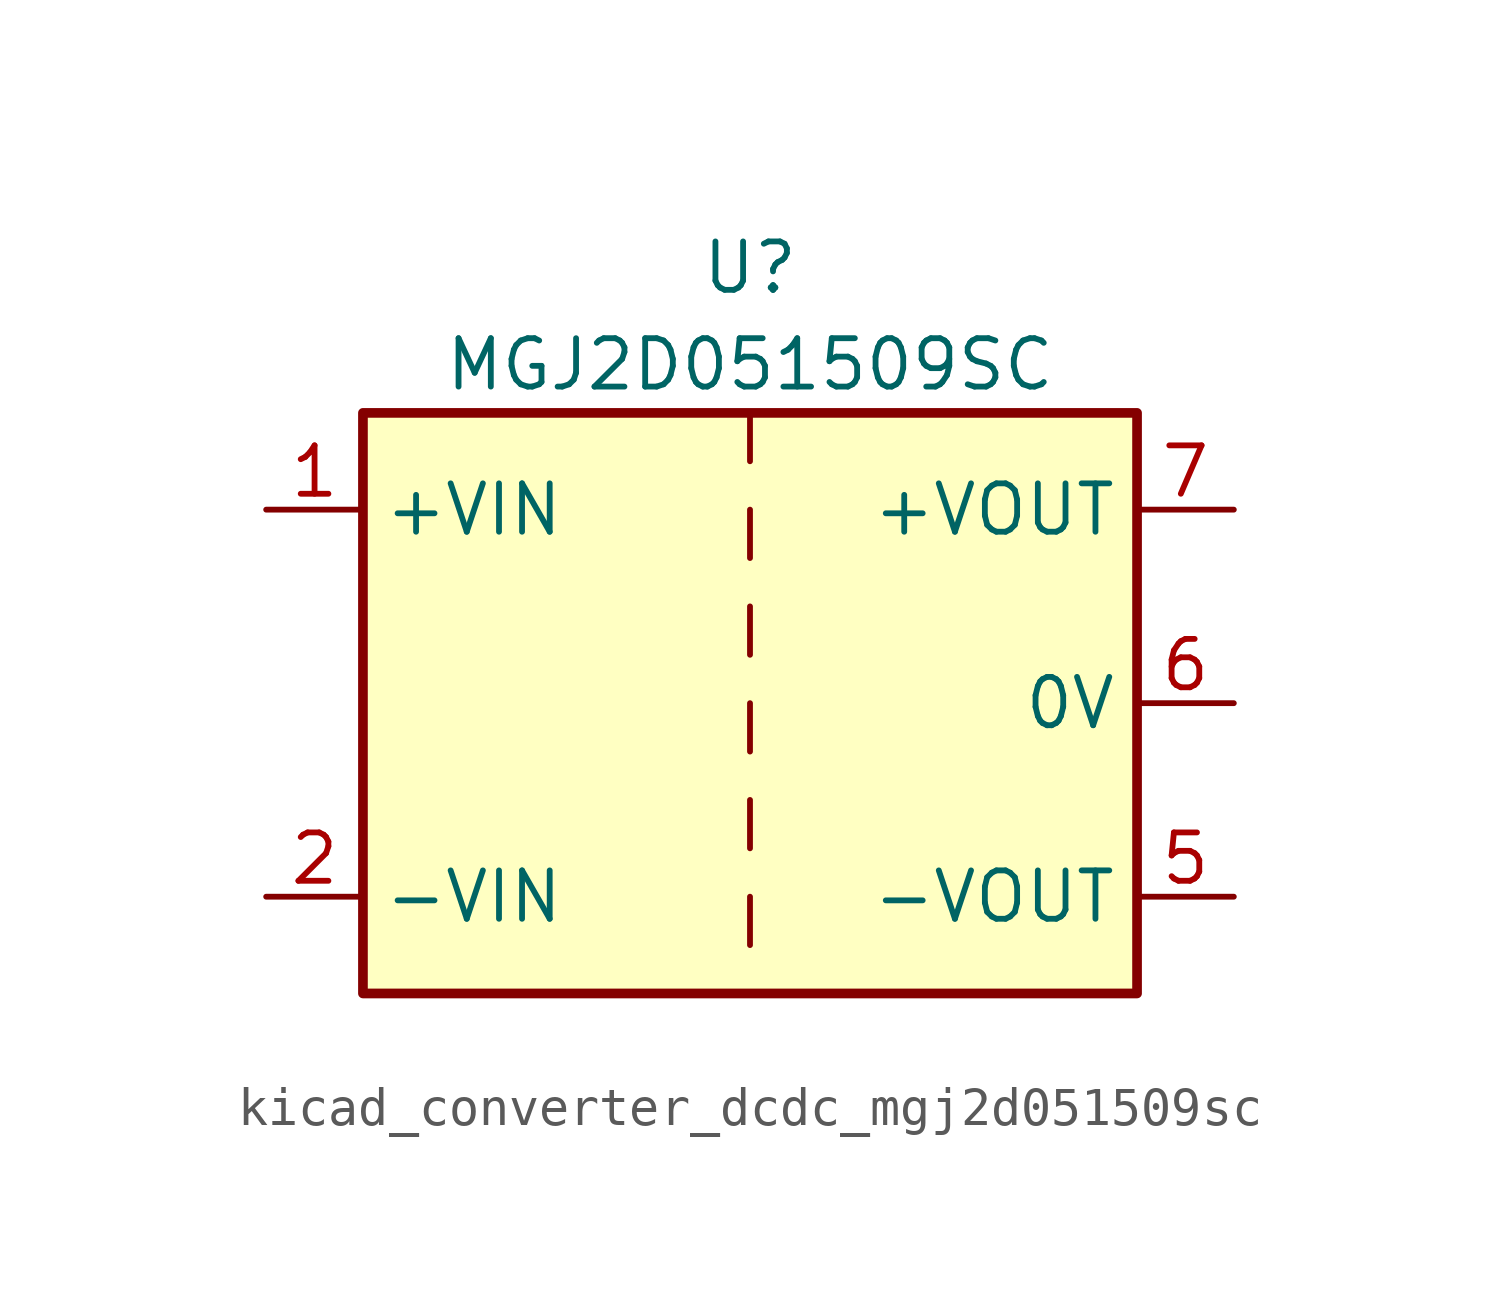
<source format=kicad_sym>
(kicad_symbol_lib
  (version 20220914)
  (generator kicad_symbol_editor)
  (symbol "kicad_converter_dcdc_mgj2d051509sc"
    (property "Reference" "U"
      (at 0 11.43 0)
      (effects (font (size 1.27 1.27))))
    (property "Value" "MGJ2D051509SC"
      (at 0 8.89 0)
      (effects (font (size 1.27 1.27))))
    (symbol "kicad_converter_dcdc_mgj2d051509sc_0_1"
      (rectangle (start -10.16 7.62) (end 10.16 -7.62) (stroke (width 0.254) (type default)) (fill (type background)))
      (polyline (pts (xy 0 -5.08) (xy 0 -6.35)) (stroke (width 0) (type default)) (fill (type none)))
      (polyline (pts (xy 0 -2.54) (xy 0 -3.81)) (stroke (width 0) (type default)) (fill (type none)))
      (polyline (pts (xy 0 0) (xy 0 -1.27)) (stroke (width 0) (type default)) (fill (type none)))
      (polyline (pts (xy 0 2.54) (xy 0 1.27)) (stroke (width 0) (type default)) (fill (type none)))
      (polyline (pts (xy 0 5.08) (xy 0 3.81)) (stroke (width 0) (type default)) (fill (type none)))
      (polyline (pts (xy 0 7.62) (xy 0 6.35)) (stroke (width 0) (type default)) (fill (type none))))
    (symbol "kicad_converter_dcdc_mgj2d051509sc_1_1"
      (pin power_in line (at -12.7 5.08 0) (length 2.54) (name "+VIN" (effects (font (size 1.27 1.27)))) (number "1" (effects (font (size 1.27 1.27)))))
      (pin power_in line (at -12.7 -5.08 0) (length 2.54) (name "-VIN" (effects (font (size 1.27 1.27)))) (number "2" (effects (font (size 1.27 1.27)))))
      (pin power_out line (at 12.7 -5.08 180) (length 2.54) (name "-VOUT" (effects (font (size 1.27 1.27)))) (number "5" (effects (font (size 1.27 1.27)))))
      (pin power_out line (at 12.7 0 180) (length 2.54) (name "0V" (effects (font (size 1.27 1.27)))) (number "6" (effects (font (size 1.27 1.27)))))
      (pin power_out line (at 12.7 5.08 180) (length 2.54) (name "+VOUT" (effects (font (size 1.27 1.27)))) (number "7" (effects (font (size 1.27 1.27))))))))
</source>
